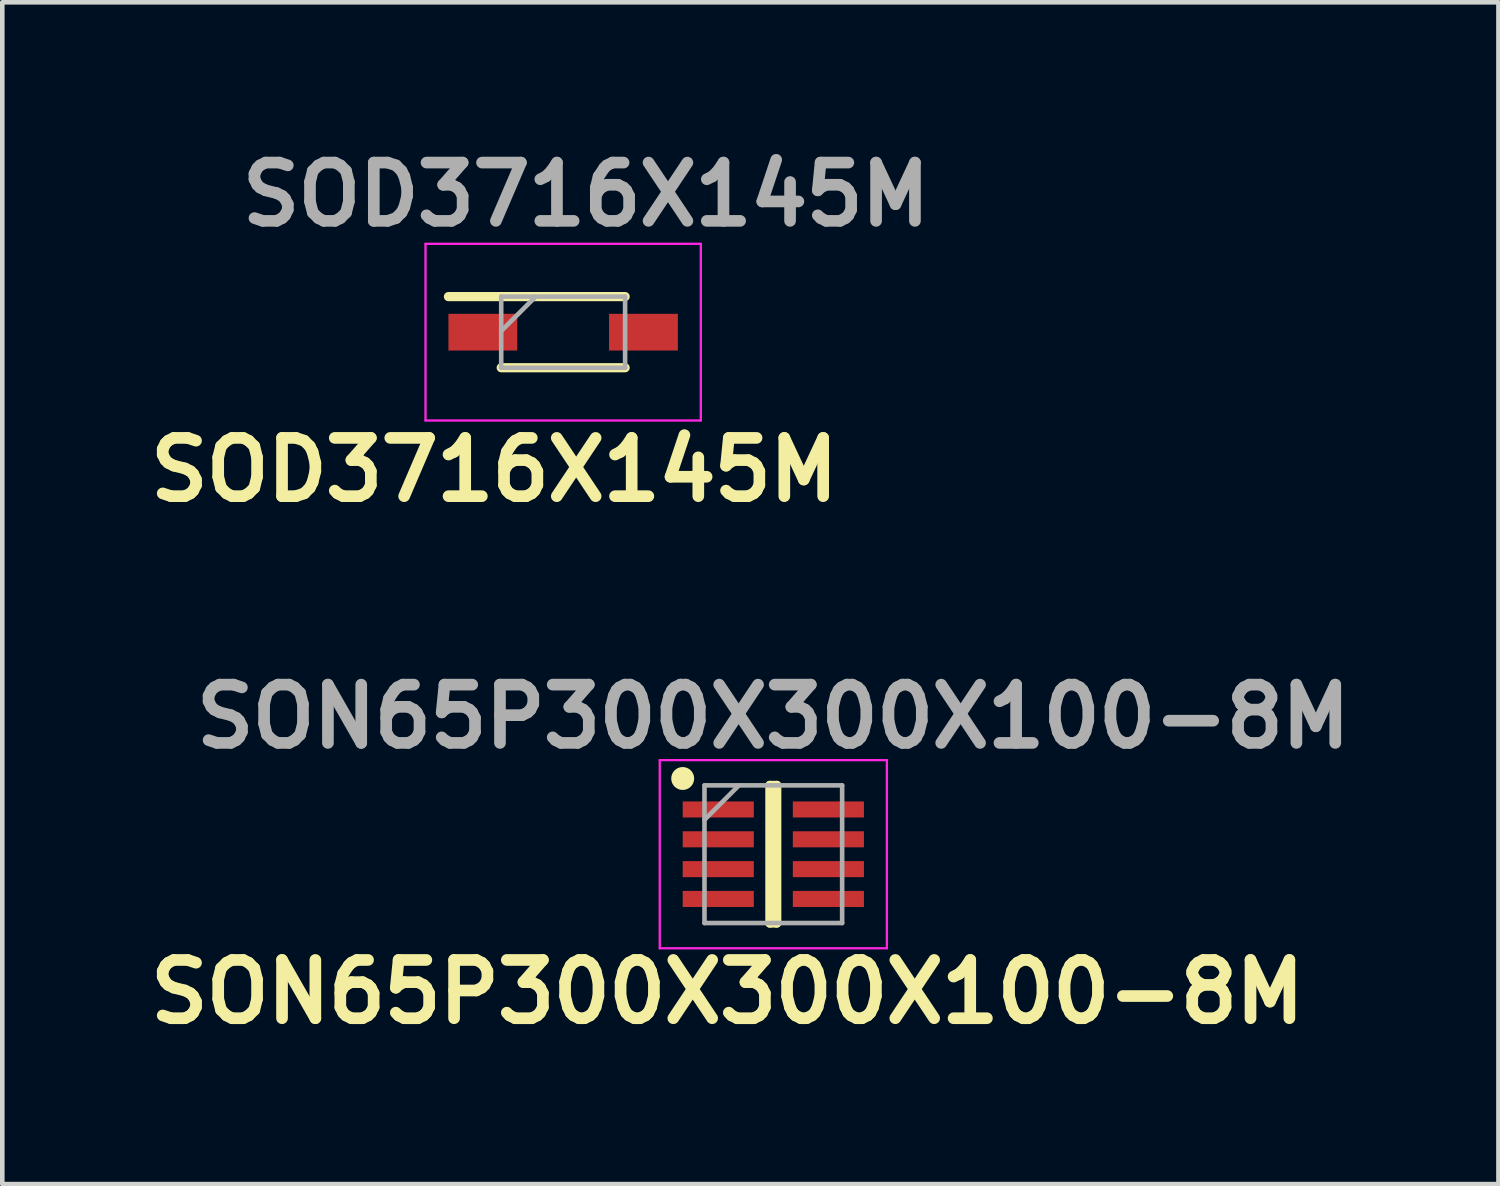
<source format=kicad_pcb>
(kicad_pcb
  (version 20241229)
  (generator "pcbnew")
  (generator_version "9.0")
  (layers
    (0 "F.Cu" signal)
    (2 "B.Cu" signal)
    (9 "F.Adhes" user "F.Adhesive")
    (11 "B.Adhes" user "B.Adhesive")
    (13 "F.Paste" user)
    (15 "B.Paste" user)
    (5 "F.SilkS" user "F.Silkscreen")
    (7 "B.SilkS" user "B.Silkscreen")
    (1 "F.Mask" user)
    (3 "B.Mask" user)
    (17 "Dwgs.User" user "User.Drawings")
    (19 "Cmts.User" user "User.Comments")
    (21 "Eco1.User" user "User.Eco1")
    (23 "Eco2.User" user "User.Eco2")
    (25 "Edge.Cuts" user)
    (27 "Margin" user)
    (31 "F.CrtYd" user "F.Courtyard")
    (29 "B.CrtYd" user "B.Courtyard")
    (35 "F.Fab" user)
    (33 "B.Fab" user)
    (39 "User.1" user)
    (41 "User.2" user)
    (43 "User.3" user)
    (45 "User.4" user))
  (footprint "SOD3716X145M"
    (layer "F.Cu")
    (at 9.223 4.189)
    (property "Reference" "SOD3716X145M" (at -1.5 3 0) (layer "F.SilkS") (effects (font (size 1.27 1.27) (thickness 0.254))))
    (attr smd)
    (fp_line (start -2.5 -0.775) (end 1.35 -0.775) (stroke (width 0.2) (type solid)) (layer "F.SilkS"))
    (fp_line (start -1.35 0.775) (end 1.35 0.775) (stroke (width 0.2) (type solid)) (layer "F.SilkS"))
    (fp_line (start -3 -1.925) (end 3 -1.925) (stroke (width 0.05) (type solid)) (layer "F.CrtYd"))
    (fp_line (start -3 1.925) (end -3 -1.925) (stroke (width 0.05) (type solid)) (layer "F.CrtYd"))
    (fp_line (start 3 -1.925) (end 3 1.925) (stroke (width 0.05) (type solid)) (layer "F.CrtYd"))
    (fp_line (start 3 1.925) (end -3 1.925) (stroke (width 0.05) (type solid)) (layer "F.CrtYd"))
    (fp_line (start -1.35 -0.775) (end 1.35 -0.775) (stroke (width 0.1) (type solid)) (layer "F.Fab"))
    (fp_line (start -1.35 -0.025) (end -0.6 -0.775) (stroke (width 0.1) (type solid)) (layer "F.Fab"))
    (fp_line (start -1.35 0.775) (end -1.35 -0.775) (stroke (width 0.1) (type solid)) (layer "F.Fab"))
    (fp_line (start 1.35 -0.775) (end 1.35 0.775) (stroke (width 0.1) (type solid)) (layer "F.Fab"))
    (fp_line (start 1.35 0.775) (end -1.35 0.775) (stroke (width 0.1) (type solid)) (layer "F.Fab"))
    (fp_text user "${REFERENCE}" (at 0.5 -3 0) (layer "F.Fab") (effects (font (size 1.27 1.27) (thickness 0.254))))
    (pad "1" smd rect (at -1.75 0 90) (size 0.8 1.5) (layers "F.Cu" "F.Mask" "F.Paste"))
    (pad "2" smd rect (at 1.75 0 90) (size 0.8 1.5) (layers "F.Cu" "F.Mask" "F.Paste")))
  (footprint "SON65P300X300X100-8M"
    (layer "F.Cu")
    (at 13.803 15.566)
    (property "Reference" "SON65P300X300X100-8M" (at -1 3 0) (layer "F.SilkS") (effects (font (size 1.27 1.27) (thickness 0.254))))
    (attr smd)
    (fp_line (start -0.075 -1.5) (end 0.075 -1.5) (stroke (width 0.2) (type solid)) (layer "F.SilkS"))
    (fp_line (start -0.075 1.5) (end -0.075 -1.5) (stroke (width 0.2) (type solid)) (layer "F.SilkS"))
    (fp_line (start 0.075 -1.5) (end 0.075 1.5) (stroke (width 0.2) (type solid)) (layer "F.SilkS"))
    (fp_line (start 0.075 1.5) (end -0.075 1.5) (stroke (width 0.2) (type solid)) (layer "F.SilkS"))
    (fp_circle (center -1.975 -1.65) (end -1.975 -1.525) (stroke (width 0.25) (type solid)) (fill no) (layer "F.SilkS"))
    (fp_line (start -2.475 -2.05) (end 2.475 -2.05) (stroke (width 0.05) (type solid)) (layer "F.CrtYd"))
    (fp_line (start -2.475 2.05) (end -2.475 -2.05) (stroke (width 0.05) (type solid)) (layer "F.CrtYd"))
    (fp_line (start 2.475 -2.05) (end 2.475 2.05) (stroke (width 0.05) (type solid)) (layer "F.CrtYd"))
    (fp_line (start 2.475 2.05) (end -2.475 2.05) (stroke (width 0.05) (type solid)) (layer "F.CrtYd"))
    (fp_line (start -1.5 -1.5) (end 1.5 -1.5) (stroke (width 0.1) (type solid)) (layer "F.Fab"))
    (fp_line (start -1.5 -0.75) (end -0.75 -1.5) (stroke (width 0.1) (type solid)) (layer "F.Fab"))
    (fp_line (start -1.5 1.5) (end -1.5 -1.5) (stroke (width 0.1) (type solid)) (layer "F.Fab"))
    (fp_line (start 1.5 -1.5) (end 1.5 1.5) (stroke (width 0.1) (type solid)) (layer "F.Fab"))
    (fp_line (start 1.5 1.5) (end -1.5 1.5) (stroke (width 0.1) (type solid)) (layer "F.Fab"))
    (fp_text user "${REFERENCE}" (at 0 -3 0) (layer "F.Fab") (effects (font (size 1.27 1.27) (thickness 0.254))))
    (pad "1" smd rect (at -1.2 -0.975 90) (size 0.35 1.55) (layers "F.Cu" "F.Mask" "F.Paste"))
    (pad "2" smd rect (at -1.2 -0.325 90) (size 0.35 1.55) (layers "F.Cu" "F.Mask" "F.Paste"))
    (pad "3" smd rect (at -1.2 0.325 90) (size 0.35 1.55) (layers "F.Cu" "F.Mask" "F.Paste"))
    (pad "4" smd rect (at -1.2 0.975 90) (size 0.35 1.55) (layers "F.Cu" "F.Mask" "F.Paste"))
    (pad "5" smd rect (at 1.2 0.975 90) (size 0.35 1.55) (layers "F.Cu" "F.Mask" "F.Paste"))
    (pad "6" smd rect (at 1.2 0.325 90) (size 0.35 1.55) (layers "F.Cu" "F.Mask" "F.Paste"))
    (pad "7" smd rect (at 1.2 -0.325 90) (size 0.35 1.55) (layers "F.Cu" "F.Mask" "F.Paste"))
    (pad "8" smd rect (at 1.2 -0.975 90) (size 0.35 1.55) (layers "F.Cu" "F.Mask" "F.Paste")))
  (gr_rect
    (start -3 -3)
    (end 29.606 22.755)
    (stroke (width 0.1) (type default))
    (fill no)
    (layer "Edge.Cuts")))
</source>
